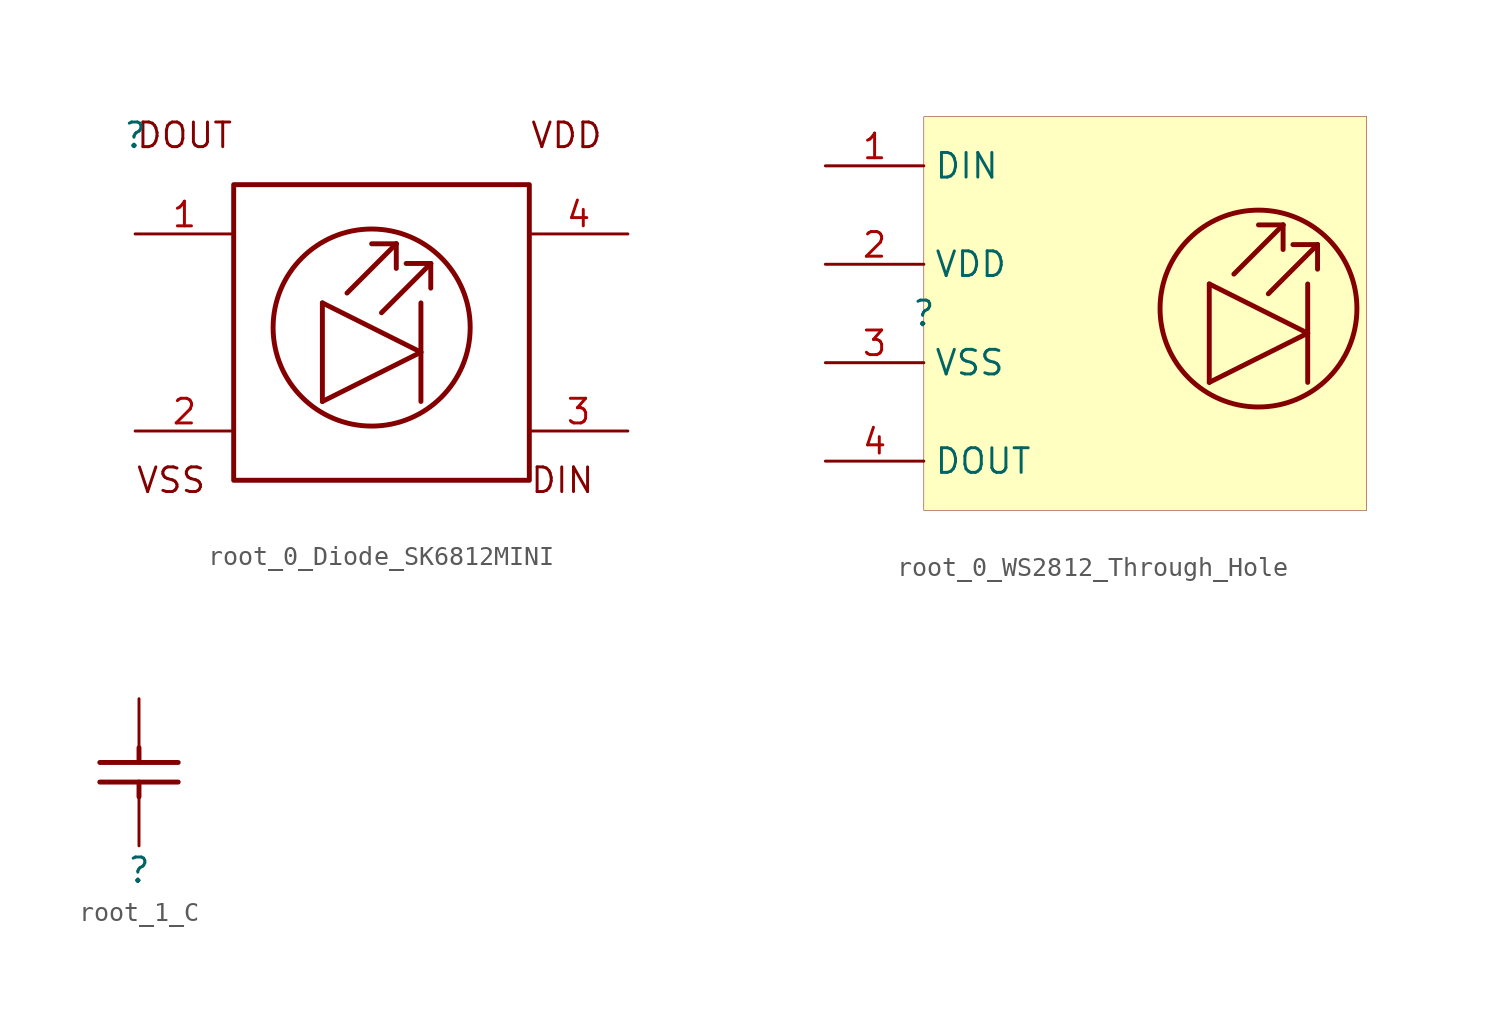
<source format=kicad_sym>
(kicad_symbol_lib
  (version 20231120)
  (generator "kicad_symbol_editor")
  (generator_version "8.0")
  (symbol "root_0_Diode_SK6812MINI"
    (property "Reference" ""
      (at 0 0 0)
      (effects (font (size 1.27 1.27))))
    (property "Value" ""
      (at 0 0 0)
      (effects (font (size 1.27 1.27))))
    (symbol "root_0_Diode_SK6812MINI_1_0"
      (polyline (pts (xy 9.652 -13.716) (xy 14.732 -11.176)) (stroke (width 0.254) (type solid)) (fill (type none)))
      (polyline (pts (xy 9.652 -8.636) (xy 9.652 -13.716)) (stroke (width 0.254) (type solid)) (fill (type none)))
      (polyline (pts (xy 9.652 -8.636) (xy 14.732 -11.176)) (stroke (width 0.254) (type solid)) (fill (type none)))
      (polyline (pts (xy 10.922 -8.128) (xy 13.462 -5.588)) (stroke (width 0.254) (type solid)) (fill (type none)))
      (polyline (pts (xy 12.7 -9.144) (xy 15.24 -6.604)) (stroke (width 0.254) (type solid)) (fill (type none)))
      (polyline (pts (xy 13.462 -5.588) (xy 12.192 -5.588)) (stroke (width 0.254) (type solid)) (fill (type none)))
      (polyline (pts (xy 13.462 -5.588) (xy 13.462 -6.858)) (stroke (width 0.254) (type solid)) (fill (type none)))
      (polyline (pts (xy 14.732 -8.636) (xy 14.732 -13.716)) (stroke (width 0.254) (type solid)) (fill (type none)))
      (polyline (pts (xy 15.24 -6.604) (xy 13.97 -6.604)) (stroke (width 0.254) (type solid)) (fill (type none)))
      (polyline (pts (xy 15.24 -6.604) (xy 15.24 -7.874)) (stroke (width 0.254) (type solid)) (fill (type none)))
      (rectangle (start 5.08 -2.54) (end 20.32 -17.78) (stroke (width 0.254) (type solid) (color 128 0 0 1)) (fill (type none)))
      (circle (center 12.192 -9.906) (radius 5.08) (stroke (width 0.254) (type solid)) (fill (type none)))
      (text "DIN" (at 20.32 -17.78 0) (effects (font (size 1.27 1.27)) (justify left)))
      (text "DOUT" (at 0 0 0) (effects (font (size 1.27 1.27)) (justify left)))
      (text "VDD" (at 20.32 0 0) (effects (font (size 1.27 1.27)) (justify left)))
      (text "VSS" (at 0 -17.78 0) (effects (font (size 1.27 1.27)) (justify left)))
      (pin output line (at 0 -5.08 0) (length 5.08) (name "DOUT" (effects (font (size 0 0)))) (number "1" (effects (font (size 1.27 1.27)))))
      (pin power_in line (at 0 -15.24 0) (length 5.08) (name "VSS" (effects (font (size 0 0)))) (number "2" (effects (font (size 1.27 1.27)))))
      (pin input line (at 25.4 -15.24 180) (length 5.08) (name "DIN" (effects (font (size 0 0)))) (number "3" (effects (font (size 1.27 1.27)))))
      (pin power_in line (at 25.4 -5.08 180) (length 5.08) (name "VDD" (effects (font (size 0 0)))) (number "4" (effects (font (size 1.27 1.27)))))))
  (symbol "root_0_WS2812_Through_Hole"
    (property "Reference" ""
      (at 0 0 0)
      (effects (font (size 1.27 1.27))))
    (property "Value" ""
      (at 0 0 0)
      (effects (font (size 1.27 1.27))))
    (symbol "root_0_WS2812_Through_Hole_1_0"
      (polyline (pts (xy 14.732 -3.556) (xy 19.812 -1.016)) (stroke (width 0.254) (type solid)) (fill (type none)))
      (polyline (pts (xy 14.732 1.524) (xy 14.732 -3.556)) (stroke (width 0.254) (type solid)) (fill (type none)))
      (polyline (pts (xy 14.732 1.524) (xy 19.812 -1.016)) (stroke (width 0.254) (type solid)) (fill (type none)))
      (polyline (pts (xy 16.002 2.032) (xy 18.542 4.572)) (stroke (width 0.254) (type solid)) (fill (type none)))
      (polyline (pts (xy 17.78 1.016) (xy 20.32 3.556)) (stroke (width 0.254) (type solid)) (fill (type none)))
      (polyline (pts (xy 18.542 4.572) (xy 17.272 4.572)) (stroke (width 0.254) (type solid)) (fill (type none)))
      (polyline (pts (xy 18.542 4.572) (xy 18.542 3.302)) (stroke (width 0.254) (type solid)) (fill (type none)))
      (polyline (pts (xy 19.812 1.524) (xy 19.812 -3.556)) (stroke (width 0.254) (type solid)) (fill (type none)))
      (polyline (pts (xy 20.32 3.556) (xy 19.05 3.556)) (stroke (width 0.254) (type solid)) (fill (type none)))
      (polyline (pts (xy 20.32 3.556) (xy 20.32 2.286)) (stroke (width 0.254) (type solid)) (fill (type none)))
      (circle (center 17.272 0.254) (radius 5.08) (stroke (width 0.254) (type solid)) (fill (type none)))
      (rectangle (start 22.86 10.16) (end 0 -10.16) (stroke (width 0.025) (type solid) (color 128 0 0 1)) (fill (type background)))
      (pin input line (at -5.08 7.62 0) (length 5.08) (name "DIN" (effects (font (size 1.27 1.27)))) (number "1" (effects (font (size 1.27 1.27)))))
      (pin power_in line (at -5.08 2.54 0) (length 5.08) (name "VDD" (effects (font (size 1.27 1.27)))) (number "2" (effects (font (size 1.27 1.27)))))
      (pin power_in line (at -5.08 -2.54 0) (length 5.08) (name "VSS" (effects (font (size 1.27 1.27)))) (number "3" (effects (font (size 1.27 1.27)))))
      (pin output line (at -5.08 -7.62 0) (length 5.08) (name "DOUT" (effects (font (size 1.27 1.27)))) (number "4" (effects (font (size 1.27 1.27)))))))
  (symbol "root_1_C"
    (property "Reference" ""
      (at 0 0 0)
      (effects (font (size 1.27 1.27))))
    (property "Value" ""
      (at 0 0 0)
      (effects (font (size 1.27 1.27))))
    (symbol "root_1_C_1_0"
      (polyline (pts (xy -2.032 5.588) (xy 2.032 5.588)) (stroke (width 0.254) (type solid)) (fill (type none)))
      (polyline (pts (xy 0 3.81) (xy 0 4.572)) (stroke (width 0.254) (type solid)) (fill (type none)))
      (polyline (pts (xy 0 6.35) (xy 0 5.588)) (stroke (width 0.254) (type solid)) (fill (type none)))
      (polyline (pts (xy 2.032 4.572) (xy -2.032 4.572)) (stroke (width 0.254) (type solid)) (fill (type none)))
      (pin passive line (at 0 8.89 270) (length 2.54) (name "1" (effects (font (size 0 0)))) (number "1" (effects (font (size 0 0)))))
      (pin passive line (at 0 1.27 90) (length 2.54) (name "2" (effects (font (size 0 0)))) (number "2" (effects (font (size 0 0))))))))
</source>
